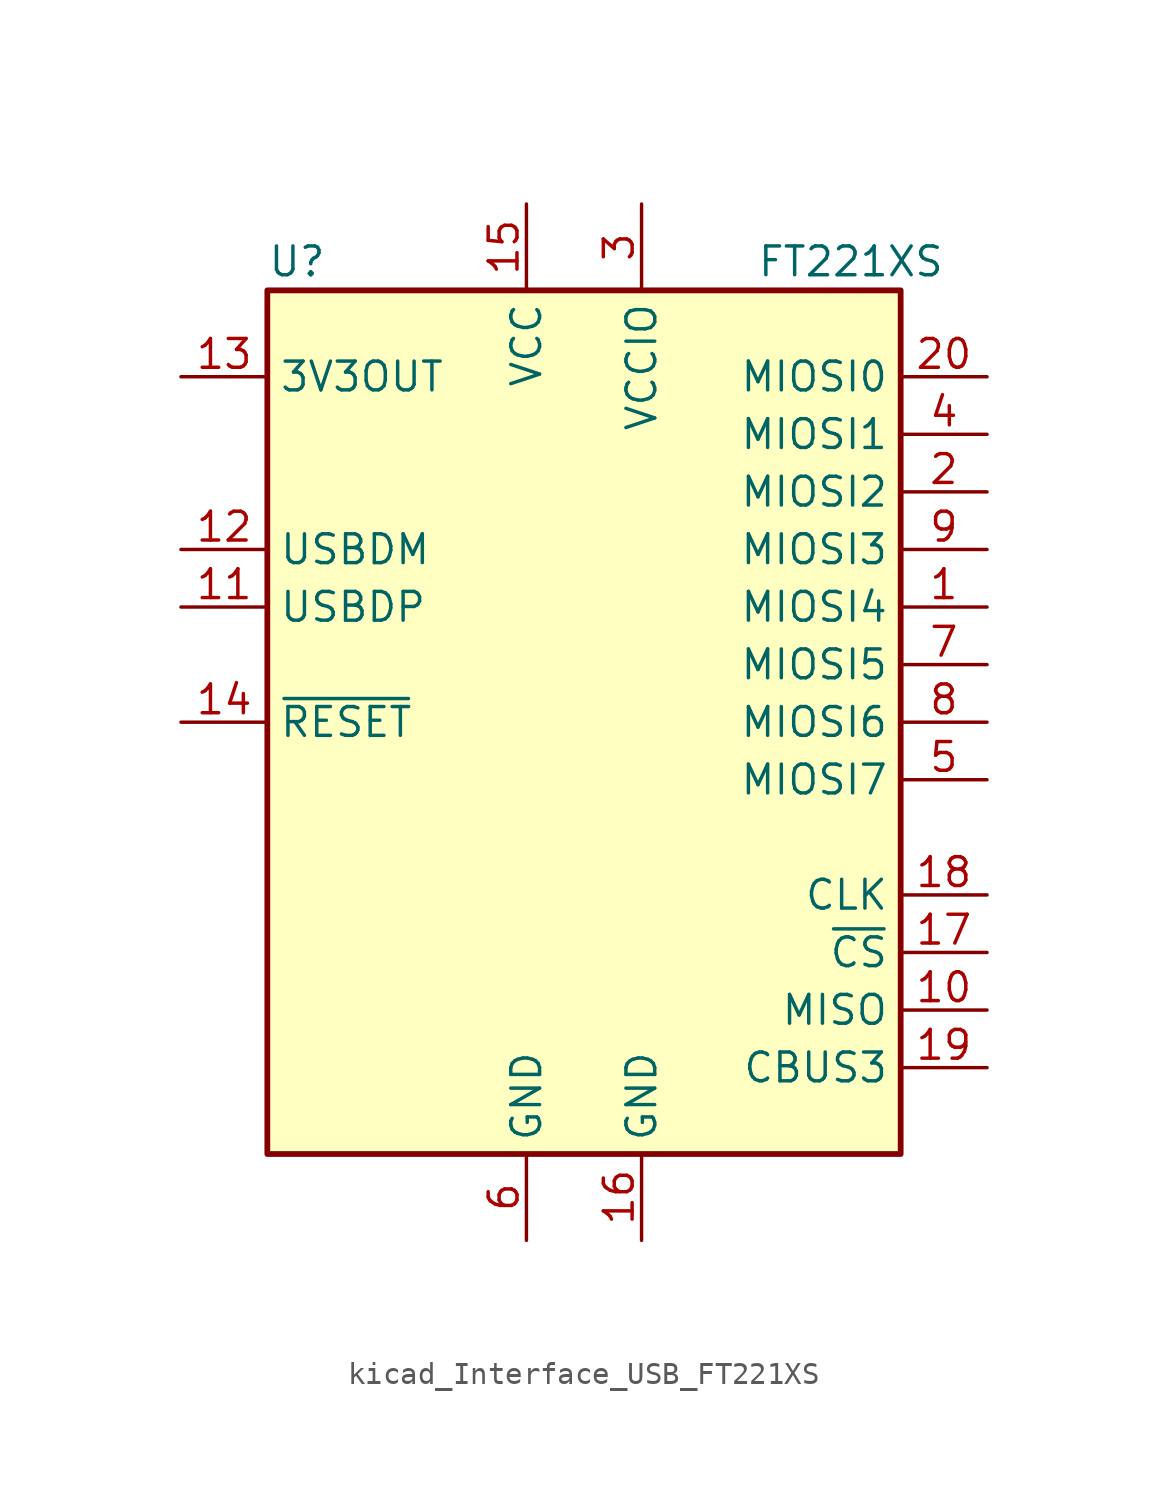
<source format=kicad_sym>
(kicad_symbol_lib
  (version 20220914)
  (generator kicad_symbol_editor)
  (symbol "kicad_Interface_USB_FT221XS"
    (property "Reference" "U"
      (at -13.97 20.32 0)
      (effects (font (size 1.27 1.27)) (justify left)))
    (property "Value" "FT221XS"
      (at 7.62 20.32 0)
      (effects (font (size 1.27 1.27)) (justify left)))
    (symbol "kicad_Interface_USB_FT221XS_0_1"
      (rectangle (start -13.97 19.05) (end 13.97 -19.05) (stroke (width 0.254) (type default)) (fill (type background))))
    (symbol "kicad_Interface_USB_FT221XS_1_1"
      (pin input line (at 17.78 5.08 180) (length 3.81) (name "MIOSI4" (effects (font (size 1.27 1.27)))) (number "1" (effects (font (size 1.27 1.27)))))
      (pin input line (at 17.78 -12.7 180) (length 3.81) (name "MISO" (effects (font (size 1.27 1.27)))) (number "10" (effects (font (size 1.27 1.27)))))
      (pin bidirectional line (at -17.78 5.08 0) (length 3.81) (name "USBDP" (effects (font (size 1.27 1.27)))) (number "11" (effects (font (size 1.27 1.27)))))
      (pin bidirectional line (at -17.78 7.62 0) (length 3.81) (name "USBDM" (effects (font (size 1.27 1.27)))) (number "12" (effects (font (size 1.27 1.27)))))
      (pin power_out line (at -17.78 15.24 0) (length 3.81) (name "3V3OUT" (effects (font (size 1.27 1.27)))) (number "13" (effects (font (size 1.27 1.27)))))
      (pin input line (at -17.78 0 0) (length 3.81) (name "~{RESET}" (effects (font (size 1.27 1.27)))) (number "14" (effects (font (size 1.27 1.27)))))
      (pin power_in line (at -2.54 22.86 270) (length 3.81) (name "VCC" (effects (font (size 1.27 1.27)))) (number "15" (effects (font (size 1.27 1.27)))))
      (pin power_in line (at 2.54 -22.86 90) (length 3.81) (name "GND" (effects (font (size 1.27 1.27)))) (number "16" (effects (font (size 1.27 1.27)))))
      (pin input line (at 17.78 -10.16 180) (length 3.81) (name "~{CS}" (effects (font (size 1.27 1.27)))) (number "17" (effects (font (size 1.27 1.27)))))
      (pin input line (at 17.78 -7.62 180) (length 3.81) (name "CLK" (effects (font (size 1.27 1.27)))) (number "18" (effects (font (size 1.27 1.27)))))
      (pin bidirectional line (at 17.78 -15.24 180) (length 3.81) (name "CBUS3" (effects (font (size 1.27 1.27)))) (number "19" (effects (font (size 1.27 1.27)))))
      (pin input line (at 17.78 10.16 180) (length 3.81) (name "MIOSI2" (effects (font (size 1.27 1.27)))) (number "2" (effects (font (size 1.27 1.27)))))
      (pin input line (at 17.78 15.24 180) (length 3.81) (name "MIOSI0" (effects (font (size 1.27 1.27)))) (number "20" (effects (font (size 1.27 1.27)))))
      (pin power_in line (at 2.54 22.86 270) (length 3.81) (name "VCCIO" (effects (font (size 1.27 1.27)))) (number "3" (effects (font (size 1.27 1.27)))))
      (pin input line (at 17.78 12.7 180) (length 3.81) (name "MIOSI1" (effects (font (size 1.27 1.27)))) (number "4" (effects (font (size 1.27 1.27)))))
      (pin input line (at 17.78 -2.54 180) (length 3.81) (name "MIOSI7" (effects (font (size 1.27 1.27)))) (number "5" (effects (font (size 1.27 1.27)))))
      (pin power_in line (at -2.54 -22.86 90) (length 3.81) (name "GND" (effects (font (size 1.27 1.27)))) (number "6" (effects (font (size 1.27 1.27)))))
      (pin input line (at 17.78 2.54 180) (length 3.81) (name "MIOSI5" (effects (font (size 1.27 1.27)))) (number "7" (effects (font (size 1.27 1.27)))))
      (pin input line (at 17.78 0 180) (length 3.81) (name "MIOSI6" (effects (font (size 1.27 1.27)))) (number "8" (effects (font (size 1.27 1.27)))))
      (pin input line (at 17.78 7.62 180) (length 3.81) (name "MIOSI3" (effects (font (size 1.27 1.27)))) (number "9" (effects (font (size 1.27 1.27))))))))
</source>
